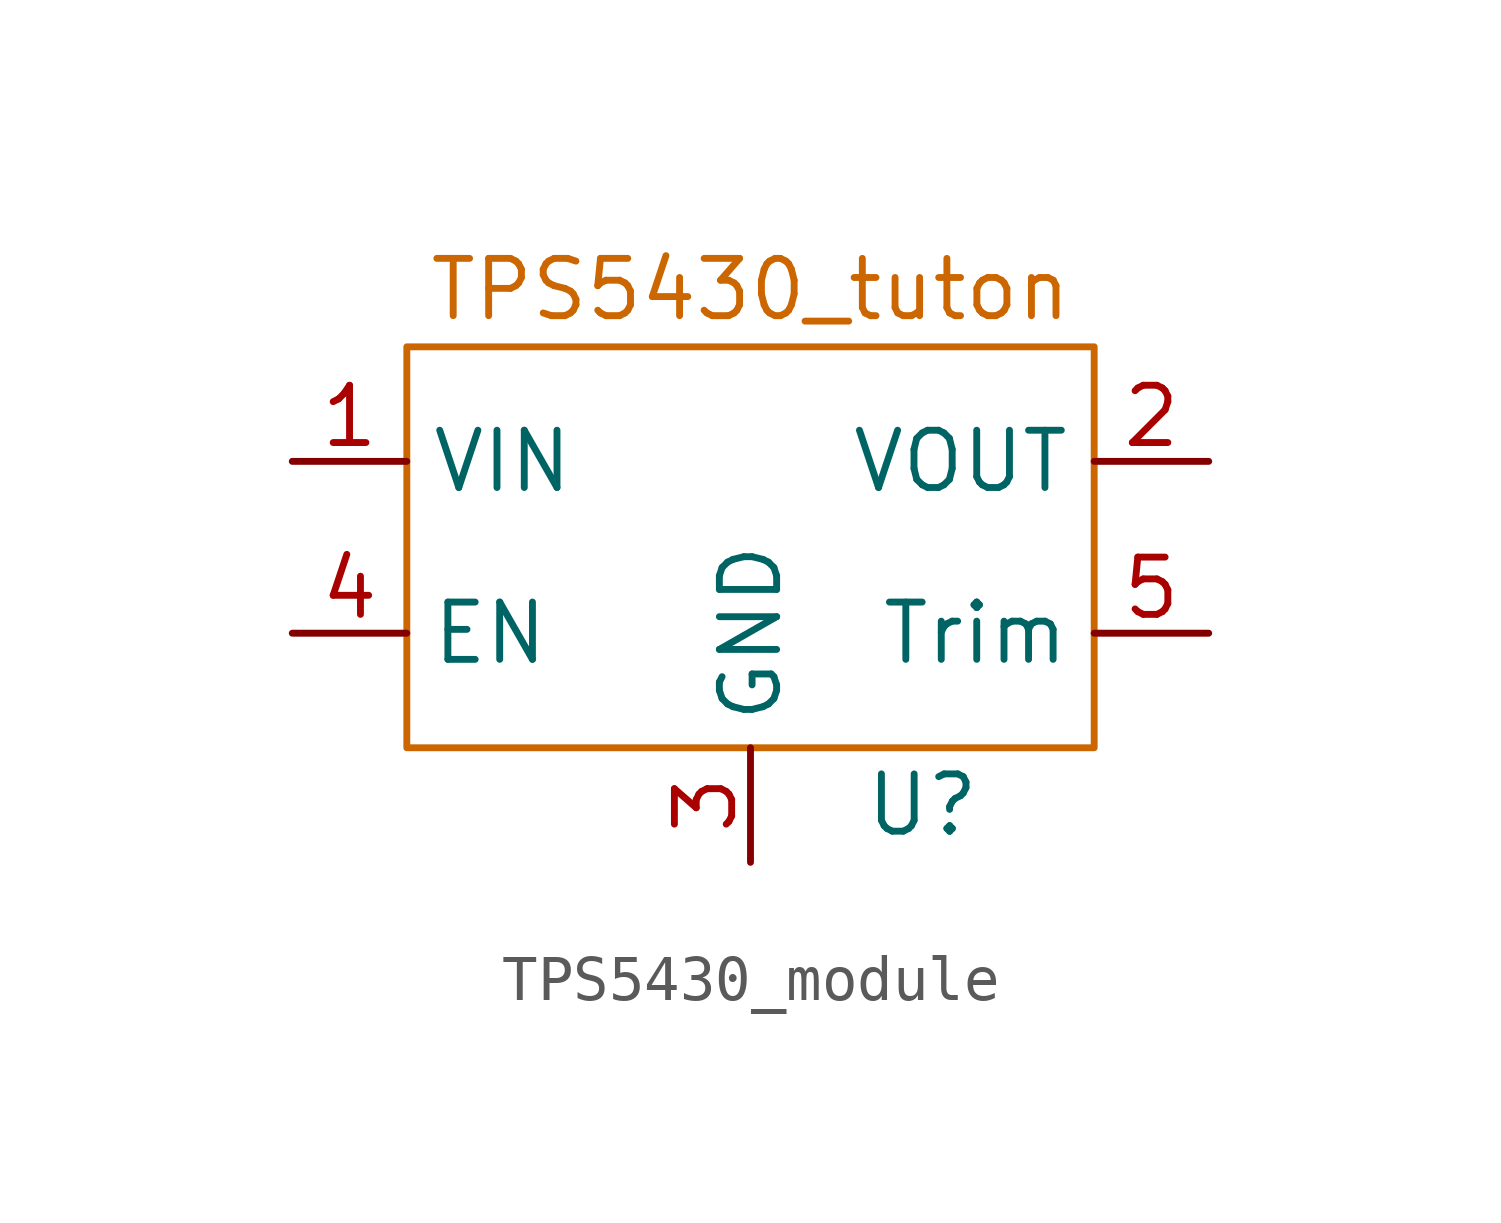
<source format=kicad_sym>
(kicad_symbol_lib
  (version 20220914)
  (generator kicad_symbol_editor)
  (symbol "TPS5430_module"
    (property "Reference" "U"
      (at 3.81 -3.81 0)
      (effects (font (size 1.27 1.27))))
    (property "Value" ""
      (at 0 0 0)
      (effects (font (size 1.27 1.27))))
    (symbol "TPS5430_module_1_1"
      (rectangle (start -7.62 6.35) (end 7.62 -2.54) (stroke (width 0) (type default) (color 204 102 0 1)) (fill (type none)))
      (text "TPS5430_tuton" (at 0 7.62 0) (effects (font (size 1.27 1.27) (color 204 102 0 1))))
      (pin power_in line (at -10.16 3.81 0) (length 2.54) (name "VIN" (effects (font (size 1.27 1.27)))) (number "1" (effects (font (size 1.27 1.27)))))
      (pin power_out line (at 10.16 3.81 180) (length 2.54) (name "VOUT" (effects (font (size 1.27 1.27)))) (number "2" (effects (font (size 1.27 1.27)))))
      (pin power_in line (at 0 -5.08 90) (length 2.54) (name "GND" (effects (font (size 1.27 1.27)))) (number "3" (effects (font (size 1.27 1.27)))))
      (pin input line (at -10.16 0 0) (length 2.54) (name "EN" (effects (font (size 1.27 1.27)))) (number "4" (effects (font (size 1.27 1.27)))))
      (pin input line (at 10.16 0 180) (length 2.54) (name "Trim" (effects (font (size 1.27 1.27)))) (number "5" (effects (font (size 1.27 1.27))))))))
</source>
